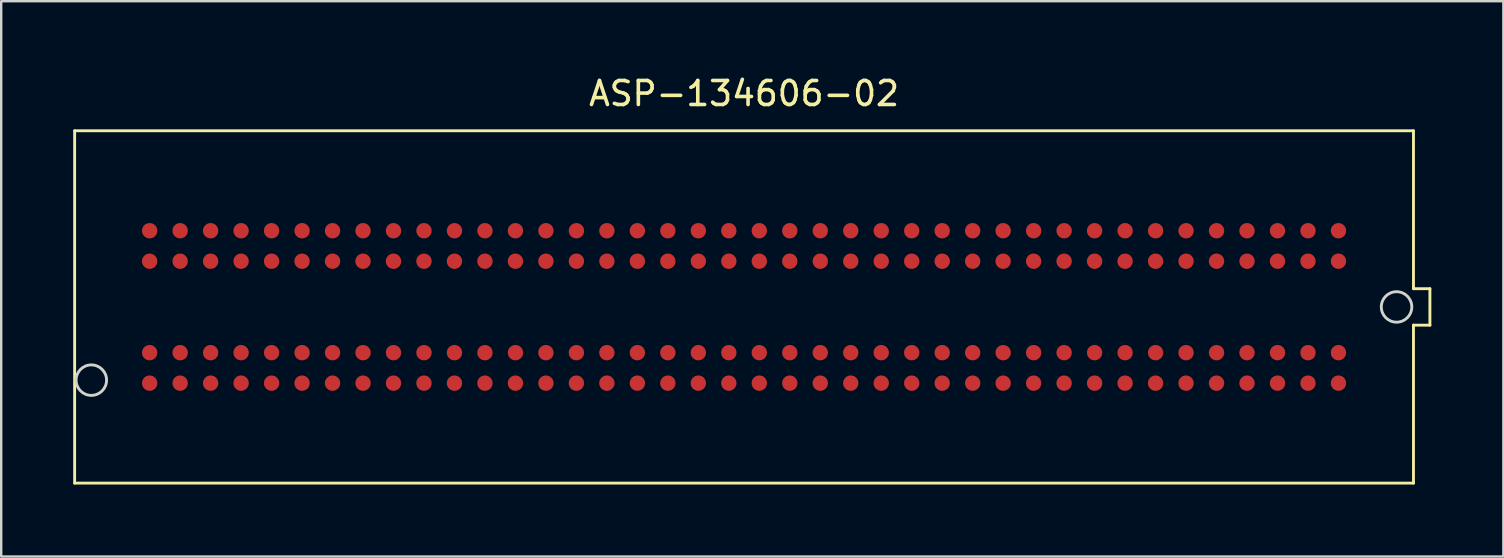
<source format=kicad_pcb>
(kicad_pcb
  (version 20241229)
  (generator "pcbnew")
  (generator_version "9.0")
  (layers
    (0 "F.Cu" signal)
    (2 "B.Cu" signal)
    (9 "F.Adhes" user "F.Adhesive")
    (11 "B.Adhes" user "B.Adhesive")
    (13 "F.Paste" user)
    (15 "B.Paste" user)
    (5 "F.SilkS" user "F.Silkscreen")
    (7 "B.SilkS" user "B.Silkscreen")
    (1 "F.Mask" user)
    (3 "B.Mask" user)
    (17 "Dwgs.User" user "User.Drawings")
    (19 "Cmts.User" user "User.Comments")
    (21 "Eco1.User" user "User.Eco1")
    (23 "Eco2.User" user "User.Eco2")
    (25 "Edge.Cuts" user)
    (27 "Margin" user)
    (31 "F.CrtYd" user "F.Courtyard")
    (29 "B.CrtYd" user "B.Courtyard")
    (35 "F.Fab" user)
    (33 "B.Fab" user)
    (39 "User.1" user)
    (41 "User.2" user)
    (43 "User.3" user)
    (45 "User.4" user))
  (footprint "ASP-134606-02"
    (layer "F.Cu")
    (at 27.95 9.738)
    (property "Reference" "ASP-134606-02" (at 0 -8.89 0) (layer "F.SilkS") (effects (font (size 1 1) (thickness 0.15))))
    (attr through_hole)
    (fp_line (start -27.89 -7.34) (end -27.89 7.34) (stroke (width 0.12) (type solid)) (layer "F.SilkS"))
    (fp_line (start -27.89 7.34) (end 27.89 7.34) (stroke (width 0.12) (type solid)) (layer "F.SilkS"))
    (fp_line (start 27.89 -7.34) (end -27.89 -7.34) (stroke (width 0.12) (type solid)) (layer "F.SilkS"))
    (fp_line (start 27.89 -0.76) (end 27.89 -7.34) (stroke (width 0.12) (type solid)) (layer "F.SilkS"))
    (fp_line (start 27.89 0.76) (end 28.575 0.76) (stroke (width 0.12) (type solid)) (layer "F.SilkS"))
    (fp_line (start 27.89 7.34) (end 27.89 0.76) (stroke (width 0.12) (type solid)) (layer "F.SilkS"))
    (fp_line (start 28.575 -0.76) (end 27.89 -0.76) (stroke (width 0.12) (type solid)) (layer "F.SilkS"))
    (fp_line (start 28.575 0.76) (end 28.575 -0.76) (stroke (width 0.12) (type solid)) (layer "F.SilkS"))
    (fp_circle (center -27.195 3.05) (end -26.56 3.05) (stroke (width 0.12) (type solid)) (fill no) (layer "Edge.Cuts"))
    (fp_circle (center 27.185 0) (end 27.82 0) (stroke (width 0.12) (type solid)) (fill no) (layer "Edge.Cuts"))
    (pad "C1" smd circle (at 24.765 -3.175) (size 0.64 0.64) (layers "F.Cu" "F.Mask" "F.Paste"))
    (pad "C2" smd circle (at 23.495 -3.175) (size 0.64 0.64) (layers "F.Cu" "F.Mask" "F.Paste"))
    (pad "C3" smd circle (at 22.225 -3.175) (size 0.64 0.64) (layers "F.Cu" "F.Mask" "F.Paste"))
    (pad "C4" smd circle (at 20.955 -3.175) (size 0.64 0.64) (layers "F.Cu" "F.Mask" "F.Paste"))
    (pad "C5" smd circle (at 19.685 -3.175) (size 0.64 0.64) (layers "F.Cu" "F.Mask" "F.Paste"))
    (pad "C6" smd circle (at 18.415 -3.175) (size 0.64 0.64) (layers "F.Cu" "F.Mask" "F.Paste"))
    (pad "C7" smd circle (at 17.145 -3.175) (size 0.64 0.64) (layers "F.Cu" "F.Mask" "F.Paste"))
    (pad "C8" smd circle (at 15.875 -3.175) (size 0.64 0.64) (layers "F.Cu" "F.Mask" "F.Paste"))
    (pad "C9" smd circle (at 14.605 -3.175) (size 0.64 0.64) (layers "F.Cu" "F.Mask" "F.Paste"))
    (pad "C10" smd circle (at 13.335 -3.175) (size 0.64 0.64) (layers "F.Cu" "F.Mask" "F.Paste"))
    (pad "C11" smd circle (at 12.065 -3.175) (size 0.64 0.64) (layers "F.Cu" "F.Mask" "F.Paste"))
    (pad "C12" smd circle (at 10.795 -3.175) (size 0.64 0.64) (layers "F.Cu" "F.Mask" "F.Paste"))
    (pad "C13" smd circle (at 9.525 -3.175) (size 0.64 0.64) (layers "F.Cu" "F.Mask" "F.Paste"))
    (pad "C14" smd circle (at 8.255 -3.175) (size 0.64 0.64) (layers "F.Cu" "F.Mask" "F.Paste"))
    (pad "C15" smd circle (at 6.985 -3.175) (size 0.64 0.64) (layers "F.Cu" "F.Mask" "F.Paste"))
    (pad "C16" smd circle (at 5.715 -3.175) (size 0.64 0.64) (layers "F.Cu" "F.Mask" "F.Paste"))
    (pad "C17" smd circle (at 4.445 -3.175) (size 0.64 0.64) (layers "F.Cu" "F.Mask" "F.Paste"))
    (pad "C18" smd circle (at 3.175 -3.175) (size 0.64 0.64) (layers "F.Cu" "F.Mask" "F.Paste"))
    (pad "C19" smd circle (at 1.905 -3.175) (size 0.64 0.64) (layers "F.Cu" "F.Mask" "F.Paste"))
    (pad "C20" smd circle (at 0.635 -3.175) (size 0.64 0.64) (layers "F.Cu" "F.Mask" "F.Paste"))
    (pad "C21" smd circle (at -0.635 -3.175) (size 0.64 0.64) (layers "F.Cu" "F.Mask" "F.Paste"))
    (pad "C22" smd circle (at -1.905 -3.175) (size 0.64 0.64) (layers "F.Cu" "F.Mask" "F.Paste"))
    (pad "C23" smd circle (at -3.175 -3.175) (size 0.64 0.64) (layers "F.Cu" "F.Mask" "F.Paste"))
    (pad "C24" smd circle (at -4.445 -3.175) (size 0.64 0.64) (layers "F.Cu" "F.Mask" "F.Paste"))
    (pad "C25" smd circle (at -5.715 -3.175) (size 0.64 0.64) (layers "F.Cu" "F.Mask" "F.Paste"))
    (pad "C26" smd circle (at -6.985 -3.175) (size 0.64 0.64) (layers "F.Cu" "F.Mask" "F.Paste"))
    (pad "C27" smd circle (at -8.255 -3.175) (size 0.64 0.64) (layers "F.Cu" "F.Mask" "F.Paste"))
    (pad "C28" smd circle (at -9.525 -3.175) (size 0.64 0.64) (layers "F.Cu" "F.Mask" "F.Paste"))
    (pad "C29" smd circle (at -10.795 -3.175) (size 0.64 0.64) (layers "F.Cu" "F.Mask" "F.Paste"))
    (pad "C30" smd circle (at -12.065 -3.175) (size 0.64 0.64) (layers "F.Cu" "F.Mask" "F.Paste"))
    (pad "C31" smd circle (at -13.335 -3.175) (size 0.64 0.64) (layers "F.Cu" "F.Mask" "F.Paste"))
    (pad "C32" smd circle (at -14.605 -3.175) (size 0.64 0.64) (layers "F.Cu" "F.Mask" "F.Paste"))
    (pad "C33" smd circle (at -15.875 -3.175) (size 0.64 0.64) (layers "F.Cu" "F.Mask" "F.Paste"))
    (pad "C34" smd circle (at -17.145 -3.175) (size 0.64 0.64) (layers "F.Cu" "F.Mask" "F.Paste"))
    (pad "C35" smd circle (at -18.415 -3.175) (size 0.64 0.64) (layers "F.Cu" "F.Mask" "F.Paste"))
    (pad "C36" smd circle (at -19.685 -3.175) (size 0.64 0.64) (layers "F.Cu" "F.Mask" "F.Paste"))
    (pad "C37" smd circle (at -20.955 -3.175) (size 0.64 0.64) (layers "F.Cu" "F.Mask" "F.Paste"))
    (pad "C38" smd circle (at -22.225 -3.175) (size 0.64 0.64) (layers "F.Cu" "F.Mask" "F.Paste"))
    (pad "C39" smd circle (at -23.495 -3.175) (size 0.64 0.64) (layers "F.Cu" "F.Mask" "F.Paste"))
    (pad "C40" smd circle (at -24.765 -3.175) (size 0.64 0.64) (layers "F.Cu" "F.Mask" "F.Paste"))
    (pad "D1" smd circle (at 24.765 -1.905) (size 0.64 0.64) (layers "F.Cu" "F.Mask" "F.Paste"))
    (pad "D2" smd circle (at 23.495 -1.905) (size 0.64 0.64) (layers "F.Cu" "F.Mask" "F.Paste"))
    (pad "D3" smd circle (at 22.225 -1.905) (size 0.64 0.64) (layers "F.Cu" "F.Mask" "F.Paste"))
    (pad "D4" smd circle (at 20.955 -1.905) (size 0.64 0.64) (layers "F.Cu" "F.Mask" "F.Paste"))
    (pad "D5" smd circle (at 19.685 -1.905) (size 0.64 0.64) (layers "F.Cu" "F.Mask" "F.Paste"))
    (pad "D6" smd circle (at 18.415 -1.905) (size 0.64 0.64) (layers "F.Cu" "F.Mask" "F.Paste"))
    (pad "D7" smd circle (at 17.145 -1.905) (size 0.64 0.64) (layers "F.Cu" "F.Mask" "F.Paste"))
    (pad "D8" smd circle (at 15.875 -1.905) (size 0.64 0.64) (layers "F.Cu" "F.Mask" "F.Paste"))
    (pad "D9" smd circle (at 14.605 -1.905) (size 0.64 0.64) (layers "F.Cu" "F.Mask" "F.Paste"))
    (pad "D10" smd circle (at 13.335 -1.905) (size 0.64 0.64) (layers "F.Cu" "F.Mask" "F.Paste"))
    (pad "D11" smd circle (at 12.065 -1.905) (size 0.64 0.64) (layers "F.Cu" "F.Mask" "F.Paste"))
    (pad "D12" smd circle (at 10.795 -1.905) (size 0.64 0.64) (layers "F.Cu" "F.Mask" "F.Paste"))
    (pad "D13" smd circle (at 9.525 -1.905) (size 0.64 0.64) (layers "F.Cu" "F.Mask" "F.Paste"))
    (pad "D14" smd circle (at 8.255 -1.905) (size 0.64 0.64) (layers "F.Cu" "F.Mask" "F.Paste"))
    (pad "D15" smd circle (at 6.985 -1.905) (size 0.64 0.64) (layers "F.Cu" "F.Mask" "F.Paste"))
    (pad "D16" smd circle (at 5.715 -1.905) (size 0.64 0.64) (layers "F.Cu" "F.Mask" "F.Paste"))
    (pad "D17" smd circle (at 4.445 -1.905) (size 0.64 0.64) (layers "F.Cu" "F.Mask" "F.Paste"))
    (pad "D18" smd circle (at 3.175 -1.905) (size 0.64 0.64) (layers "F.Cu" "F.Mask" "F.Paste"))
    (pad "D19" smd circle (at 1.905 -1.905) (size 0.64 0.64) (layers "F.Cu" "F.Mask" "F.Paste"))
    (pad "D20" smd circle (at 0.635 -1.905) (size 0.64 0.64) (layers "F.Cu" "F.Mask" "F.Paste"))
    (pad "D21" smd circle (at -0.635 -1.905) (size 0.64 0.64) (layers "F.Cu" "F.Mask" "F.Paste"))
    (pad "D22" smd circle (at -1.905 -1.905) (size 0.64 0.64) (layers "F.Cu" "F.Mask" "F.Paste"))
    (pad "D23" smd circle (at -3.175 -1.905) (size 0.64 0.64) (layers "F.Cu" "F.Mask" "F.Paste"))
    (pad "D24" smd circle (at -4.445 -1.905) (size 0.64 0.64) (layers "F.Cu" "F.Mask" "F.Paste"))
    (pad "D25" smd circle (at -5.715 -1.905) (size 0.64 0.64) (layers "F.Cu" "F.Mask" "F.Paste"))
    (pad "D26" smd circle (at -6.985 -1.905) (size 0.64 0.64) (layers "F.Cu" "F.Mask" "F.Paste"))
    (pad "D27" smd circle (at -8.255 -1.905) (size 0.64 0.64) (layers "F.Cu" "F.Mask" "F.Paste"))
    (pad "D28" smd circle (at -9.525 -1.905) (size 0.64 0.64) (layers "F.Cu" "F.Mask" "F.Paste"))
    (pad "D29" smd circle (at -10.795 -1.905) (size 0.64 0.64) (layers "F.Cu" "F.Mask" "F.Paste"))
    (pad "D30" smd circle (at -12.065 -1.905) (size 0.64 0.64) (layers "F.Cu" "F.Mask" "F.Paste"))
    (pad "D31" smd circle (at -13.335 -1.905) (size 0.64 0.64) (layers "F.Cu" "F.Mask" "F.Paste"))
    (pad "D32" smd circle (at -14.605 -1.905) (size 0.64 0.64) (layers "F.Cu" "F.Mask" "F.Paste"))
    (pad "D33" smd circle (at -15.875 -1.905) (size 0.64 0.64) (layers "F.Cu" "F.Mask" "F.Paste"))
    (pad "D34" smd circle (at -17.145 -1.905) (size 0.64 0.64) (layers "F.Cu" "F.Mask" "F.Paste"))
    (pad "D35" smd circle (at -18.415 -1.905) (size 0.64 0.64) (layers "F.Cu" "F.Mask" "F.Paste"))
    (pad "D36" smd circle (at -19.685 -1.905) (size 0.64 0.64) (layers "F.Cu" "F.Mask" "F.Paste"))
    (pad "D37" smd circle (at -20.955 -1.905) (size 0.64 0.64) (layers "F.Cu" "F.Mask" "F.Paste"))
    (pad "D38" smd circle (at -22.225 -1.905) (size 0.64 0.64) (layers "F.Cu" "F.Mask" "F.Paste"))
    (pad "D39" smd circle (at -23.495 -1.905) (size 0.64 0.64) (layers "F.Cu" "F.Mask" "F.Paste"))
    (pad "D40" smd circle (at -24.765 -1.905) (size 0.64 0.64) (layers "F.Cu" "F.Mask" "F.Paste"))
    (pad "G1" smd circle (at 24.765 1.905) (size 0.64 0.64) (layers "F.Cu" "F.Mask" "F.Paste"))
    (pad "G2" smd circle (at 23.495 1.905) (size 0.64 0.64) (layers "F.Cu" "F.Mask" "F.Paste"))
    (pad "G3" smd circle (at 22.225 1.905) (size 0.64 0.64) (layers "F.Cu" "F.Mask" "F.Paste"))
    (pad "G4" smd circle (at 20.955 1.905) (size 0.64 0.64) (layers "F.Cu" "F.Mask" "F.Paste"))
    (pad "G5" smd circle (at 19.685 1.905) (size 0.64 0.64) (layers "F.Cu" "F.Mask" "F.Paste"))
    (pad "G6" smd circle (at 18.415 1.905) (size 0.64 0.64) (layers "F.Cu" "F.Mask" "F.Paste"))
    (pad "G7" smd circle (at 17.145 1.905) (size 0.64 0.64) (layers "F.Cu" "F.Mask" "F.Paste"))
    (pad "G8" smd circle (at 15.875 1.905) (size 0.64 0.64) (layers "F.Cu" "F.Mask" "F.Paste"))
    (pad "G9" smd circle (at 14.605 1.905) (size 0.64 0.64) (layers "F.Cu" "F.Mask" "F.Paste"))
    (pad "G10" smd circle (at 13.335 1.905) (size 0.64 0.64) (layers "F.Cu" "F.Mask" "F.Paste"))
    (pad "G11" smd circle (at 12.065 1.905) (size 0.64 0.64) (layers "F.Cu" "F.Mask" "F.Paste"))
    (pad "G12" smd circle (at 10.795 1.905) (size 0.64 0.64) (layers "F.Cu" "F.Mask" "F.Paste"))
    (pad "G13" smd circle (at 9.525 1.905) (size 0.64 0.64) (layers "F.Cu" "F.Mask" "F.Paste"))
    (pad "G14" smd circle (at 8.255 1.905) (size 0.64 0.64) (layers "F.Cu" "F.Mask" "F.Paste"))
    (pad "G15" smd circle (at 6.985 1.905) (size 0.64 0.64) (layers "F.Cu" "F.Mask" "F.Paste"))
    (pad "G16" smd circle (at 5.715 1.905) (size 0.64 0.64) (layers "F.Cu" "F.Mask" "F.Paste"))
    (pad "G17" smd circle (at 4.445 1.905) (size 0.64 0.64) (layers "F.Cu" "F.Mask" "F.Paste"))
    (pad "G18" smd circle (at 3.175 1.905) (size 0.64 0.64) (layers "F.Cu" "F.Mask" "F.Paste"))
    (pad "G19" smd circle (at 1.905 1.905) (size 0.64 0.64) (layers "F.Cu" "F.Mask" "F.Paste"))
    (pad "G20" smd circle (at 0.635 1.905) (size 0.64 0.64) (layers "F.Cu" "F.Mask" "F.Paste"))
    (pad "G21" smd circle (at -0.635 1.905) (size 0.64 0.64) (layers "F.Cu" "F.Mask" "F.Paste"))
    (pad "G22" smd circle (at -1.905 1.905) (size 0.64 0.64) (layers "F.Cu" "F.Mask" "F.Paste"))
    (pad "G23" smd circle (at -3.175 1.905) (size 0.64 0.64) (layers "F.Cu" "F.Mask" "F.Paste"))
    (pad "G24" smd circle (at -4.445 1.905) (size 0.64 0.64) (layers "F.Cu" "F.Mask" "F.Paste"))
    (pad "G25" smd circle (at -5.715 1.905) (size 0.64 0.64) (layers "F.Cu" "F.Mask" "F.Paste"))
    (pad "G26" smd circle (at -6.985 1.905) (size 0.64 0.64) (layers "F.Cu" "F.Mask" "F.Paste"))
    (pad "G27" smd circle (at -8.255 1.905) (size 0.64 0.64) (layers "F.Cu" "F.Mask" "F.Paste"))
    (pad "G28" smd circle (at -9.525 1.905) (size 0.64 0.64) (layers "F.Cu" "F.Mask" "F.Paste"))
    (pad "G29" smd circle (at -10.795 1.905) (size 0.64 0.64) (layers "F.Cu" "F.Mask" "F.Paste"))
    (pad "G30" smd circle (at -12.065 1.905) (size 0.64 0.64) (layers "F.Cu" "F.Mask" "F.Paste"))
    (pad "G31" smd circle (at -13.335 1.905) (size 0.64 0.64) (layers "F.Cu" "F.Mask" "F.Paste"))
    (pad "G32" smd circle (at -14.605 1.905) (size 0.64 0.64) (layers "F.Cu" "F.Mask" "F.Paste"))
    (pad "G33" smd circle (at -15.875 1.905) (size 0.64 0.64) (layers "F.Cu" "F.Mask" "F.Paste"))
    (pad "G34" smd circle (at -17.145 1.905) (size 0.64 0.64) (layers "F.Cu" "F.Mask" "F.Paste"))
    (pad "G35" smd circle (at -18.415 1.905) (size 0.64 0.64) (layers "F.Cu" "F.Mask" "F.Paste"))
    (pad "G36" smd circle (at -19.685 1.905) (size 0.64 0.64) (layers "F.Cu" "F.Mask" "F.Paste"))
    (pad "G37" smd circle (at -20.955 1.905) (size 0.64 0.64) (layers "F.Cu" "F.Mask" "F.Paste"))
    (pad "G38" smd circle (at -22.225 1.905) (size 0.64 0.64) (layers "F.Cu" "F.Mask" "F.Paste"))
    (pad "G39" smd circle (at -23.495 1.905) (size 0.64 0.64) (layers "F.Cu" "F.Mask" "F.Paste"))
    (pad "G40" smd circle (at -24.765 1.905) (size 0.64 0.64) (layers "F.Cu" "F.Mask" "F.Paste"))
    (pad "H1" smd circle (at 24.765 3.175) (size 0.64 0.64) (layers "F.Cu" "F.Mask" "F.Paste"))
    (pad "H2" smd circle (at 23.495 3.175) (size 0.64 0.64) (layers "F.Cu" "F.Mask" "F.Paste"))
    (pad "H3" smd circle (at 22.225 3.175) (size 0.64 0.64) (layers "F.Cu" "F.Mask" "F.Paste"))
    (pad "H4" smd circle (at 20.955 3.175) (size 0.64 0.64) (layers "F.Cu" "F.Mask" "F.Paste"))
    (pad "H5" smd circle (at 19.685 3.175) (size 0.64 0.64) (layers "F.Cu" "F.Mask" "F.Paste"))
    (pad "H6" smd circle (at 18.415 3.175) (size 0.64 0.64) (layers "F.Cu" "F.Mask" "F.Paste"))
    (pad "H7" smd circle (at 17.145 3.175) (size 0.64 0.64) (layers "F.Cu" "F.Mask" "F.Paste"))
    (pad "H8" smd circle (at 15.875 3.175) (size 0.64 0.64) (layers "F.Cu" "F.Mask" "F.Paste"))
    (pad "H9" smd circle (at 14.605 3.175) (size 0.64 0.64) (layers "F.Cu" "F.Mask" "F.Paste"))
    (pad "H10" smd circle (at 13.335 3.175) (size 0.64 0.64) (layers "F.Cu" "F.Mask" "F.Paste"))
    (pad "H11" smd circle (at 12.065 3.175) (size 0.64 0.64) (layers "F.Cu" "F.Mask" "F.Paste"))
    (pad "H12" smd circle (at 10.795 3.175) (size 0.64 0.64) (layers "F.Cu" "F.Mask" "F.Paste"))
    (pad "H13" smd circle (at 9.525 3.175) (size 0.64 0.64) (layers "F.Cu" "F.Mask" "F.Paste"))
    (pad "H14" smd circle (at 8.255 3.175) (size 0.64 0.64) (layers "F.Cu" "F.Mask" "F.Paste"))
    (pad "H15" smd circle (at 6.985 3.175) (size 0.64 0.64) (layers "F.Cu" "F.Mask" "F.Paste"))
    (pad "H16" smd circle (at 5.715 3.175) (size 0.64 0.64) (layers "F.Cu" "F.Mask" "F.Paste"))
    (pad "H17" smd circle (at 4.445 3.175) (size 0.64 0.64) (layers "F.Cu" "F.Mask" "F.Paste"))
    (pad "H18" smd circle (at 3.175 3.175) (size 0.64 0.64) (layers "F.Cu" "F.Mask" "F.Paste"))
    (pad "H19" smd circle (at 1.905 3.175) (size 0.64 0.64) (layers "F.Cu" "F.Mask" "F.Paste"))
    (pad "H20" smd circle (at 0.635 3.175) (size 0.64 0.64) (layers "F.Cu" "F.Mask" "F.Paste"))
    (pad "H21" smd circle (at -0.635 3.175) (size 0.64 0.64) (layers "F.Cu" "F.Mask" "F.Paste"))
    (pad "H22" smd circle (at -1.905 3.175) (size 0.64 0.64) (layers "F.Cu" "F.Mask" "F.Paste"))
    (pad "H23" smd circle (at -3.175 3.175) (size 0.64 0.64) (layers "F.Cu" "F.Mask" "F.Paste"))
    (pad "H24" smd circle (at -4.445 3.175) (size 0.64 0.64) (layers "F.Cu" "F.Mask" "F.Paste"))
    (pad "H25" smd circle (at -5.715 3.175) (size 0.64 0.64) (layers "F.Cu" "F.Mask" "F.Paste"))
    (pad "H26" smd circle (at -6.985 3.175) (size 0.64 0.64) (layers "F.Cu" "F.Mask" "F.Paste"))
    (pad "H27" smd circle (at -8.255 3.175) (size 0.64 0.64) (layers "F.Cu" "F.Mask" "F.Paste"))
    (pad "H28" smd circle (at -9.525 3.175) (size 0.64 0.64) (layers "F.Cu" "F.Mask" "F.Paste"))
    (pad "H29" smd circle (at -10.795 3.175) (size 0.64 0.64) (layers "F.Cu" "F.Mask" "F.Paste"))
    (pad "H30" smd circle (at -12.065 3.175) (size 0.64 0.64) (layers "F.Cu" "F.Mask" "F.Paste"))
    (pad "H31" smd circle (at -13.335 3.175) (size 0.64 0.64) (layers "F.Cu" "F.Mask" "F.Paste"))
    (pad "H32" smd circle (at -14.605 3.175) (size 0.64 0.64) (layers "F.Cu" "F.Mask" "F.Paste"))
    (pad "H33" smd circle (at -15.875 3.175) (size 0.64 0.64) (layers "F.Cu" "F.Mask" "F.Paste"))
    (pad "H34" smd circle (at -17.145 3.175) (size 0.64 0.64) (layers "F.Cu" "F.Mask" "F.Paste"))
    (pad "H35" smd circle (at -18.415 3.175) (size 0.64 0.64) (layers "F.Cu" "F.Mask" "F.Paste"))
    (pad "H36" smd circle (at -19.685 3.175) (size 0.64 0.64) (layers "F.Cu" "F.Mask" "F.Paste"))
    (pad "H37" smd circle (at -20.955 3.175) (size 0.64 0.64) (layers "F.Cu" "F.Mask" "F.Paste"))
    (pad "H38" smd circle (at -22.225 3.175) (size 0.64 0.64) (layers "F.Cu" "F.Mask" "F.Paste"))
    (pad "H39" smd circle (at -23.495 3.175) (size 0.64 0.64) (layers "F.Cu" "F.Mask" "F.Paste"))
    (pad "H40" smd circle (at -24.765 3.175) (size 0.64 0.64) (layers "F.Cu" "F.Mask" "F.Paste")))
  (gr_rect
    (start -3 -3)
    (end 59.585 20.138)
    (stroke (width 0.1) (type default))
    (fill no)
    (layer "Edge.Cuts")))
</source>
